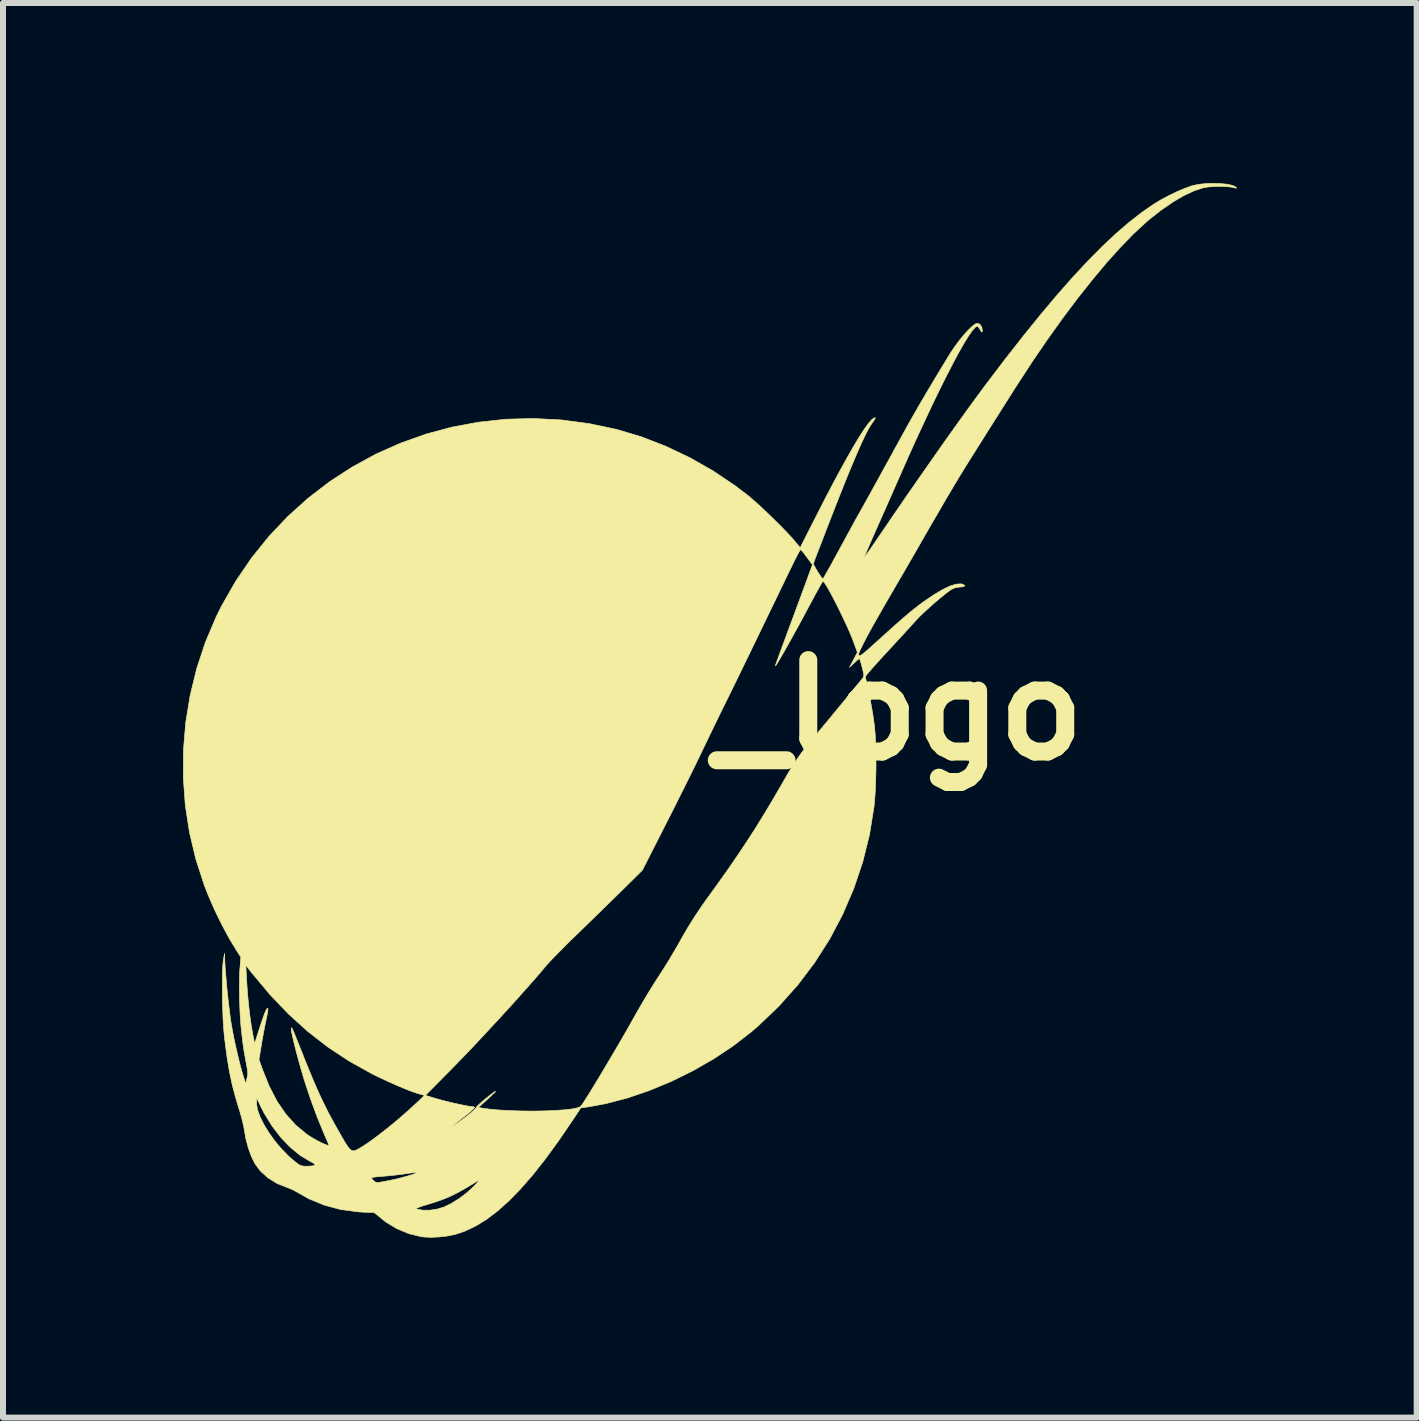
<source format=kicad_pcb>
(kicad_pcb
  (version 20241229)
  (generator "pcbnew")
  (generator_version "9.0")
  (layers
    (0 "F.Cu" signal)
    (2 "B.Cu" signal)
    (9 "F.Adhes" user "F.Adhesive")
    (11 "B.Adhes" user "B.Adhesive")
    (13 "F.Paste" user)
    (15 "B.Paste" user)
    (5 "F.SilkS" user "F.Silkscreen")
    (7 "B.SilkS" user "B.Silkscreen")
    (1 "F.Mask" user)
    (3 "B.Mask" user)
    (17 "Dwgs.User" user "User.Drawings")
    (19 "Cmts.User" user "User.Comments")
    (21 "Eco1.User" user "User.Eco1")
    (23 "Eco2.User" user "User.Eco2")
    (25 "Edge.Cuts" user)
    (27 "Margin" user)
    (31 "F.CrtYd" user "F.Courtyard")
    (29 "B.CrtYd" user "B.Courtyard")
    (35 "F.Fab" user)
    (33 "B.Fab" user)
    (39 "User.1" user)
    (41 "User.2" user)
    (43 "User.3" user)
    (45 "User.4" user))
  (footprint "Rover_logo"
    (layer "F.Cu")
    (at 8.787 8.785)
    (property "Reference" "Rover_logo" (at 0 0 0) (layer "F.SilkS") (effects (font (size 1.524 1.524) (thickness 0.3))))
    (attr through_hole)
    (fp_poly (pts (xy 8.488 -8.777) (xy 8.592 -8.767) (xy 8.678 -8.751) (xy 8.74 -8.73) (xy 8.767 -8.708) (xy 8.764 -8.697) (xy 8.742 -8.703) (xy 8.681 -8.717) (xy 8.594 -8.726) (xy 8.491 -8.729) (xy 8.385 -8.726) (xy 8.288 -8.718) (xy 8.221 -8.707) (xy 8.066 -8.657) (xy 7.894 -8.577) (xy 7.71 -8.469) (xy 7.518 -8.337) (xy 7.322 -8.184) (xy 7.263 -8.133) (xy 7.058 -7.944) (xy 6.84 -7.72) (xy 6.611 -7.466) (xy 6.374 -7.183) (xy 6.129 -6.875) (xy 5.879 -6.543) (xy 5.626 -6.189) (xy 5.372 -5.818) (xy 5.119 -5.43) (xy 5.079 -5.368) (xy 4.92 -5.117) (xy 4.781 -4.897) (xy 4.659 -4.704) (xy 4.553 -4.536) (xy 4.461 -4.39) (xy 4.381 -4.262) (xy 4.311 -4.151) (xy 4.25 -4.054) (xy 4.197 -3.967) (xy 4.148 -3.888) (xy 4.104 -3.814) (xy 4.061 -3.742) (xy 4.018 -3.67) (xy 3.973 -3.594) (xy 3.962 -3.576) (xy 3.882 -3.439) (xy 3.79 -3.28) (xy 3.692 -3.112) (xy 3.597 -2.947) (xy 3.51 -2.797) (xy 3.498 -2.774) (xy 3.417 -2.633) (xy 3.329 -2.481) (xy 3.24 -2.327) (xy 3.156 -2.183) (xy 3.084 -2.06) (xy 3.068 -2.032) (xy 2.923 -1.783) (xy 2.798 -1.564) (xy 2.692 -1.377) (xy 2.607 -1.221) (xy 2.543 -1.096) (xy 2.498 -1.004) (xy 2.475 -0.944) (xy 2.472 -0.918) (xy 2.479 -0.908) (xy 2.494 -0.908) (xy 2.519 -0.922) (xy 2.56 -0.953) (xy 2.619 -1.002) (xy 2.699 -1.074) (xy 2.781 -1.148) (xy 2.942 -1.293) (xy 3.078 -1.415) (xy 3.195 -1.518) (xy 3.295 -1.604) (xy 3.384 -1.677) (xy 3.465 -1.74) (xy 3.542 -1.798) (xy 3.62 -1.852) (xy 3.704 -1.908) (xy 3.707 -1.911) (xy 3.861 -2.004) (xy 3.991 -2.068) (xy 4.099 -2.101) (xy 4.182 -2.105) (xy 4.209 -2.098) (xy 4.238 -2.08) (xy 4.232 -2.064) (xy 4.195 -2.054) (xy 4.155 -2.052) (xy 4.087 -2.043) (xy 4.021 -2.014) (xy 3.981 -1.988) (xy 3.922 -1.942) (xy 3.844 -1.879) (xy 3.756 -1.805) (xy 3.666 -1.726) (xy 3.581 -1.649) (xy 3.51 -1.582) (xy 3.458 -1.531) (xy 3.45 -1.521) (xy 3.417 -1.485) (xy 3.364 -1.427) (xy 3.296 -1.352) (xy 3.219 -1.267) (xy 3.158 -1.202) (xy 3.019 -1.05) (xy 2.903 -0.925) (xy 2.81 -0.823) (xy 2.737 -0.742) (xy 2.681 -0.679) (xy 2.64 -0.632) (xy 2.612 -0.598) (xy 2.595 -0.574) (xy 2.587 -0.557) (xy 2.584 -0.546) (xy 2.586 -0.537) (xy 2.587 -0.535) (xy 2.6 -0.49) (xy 2.618 -0.414) (xy 2.638 -0.316) (xy 2.66 -0.203) (xy 2.682 -0.082) (xy 2.703 0.037) (xy 2.72 0.147) (xy 2.733 0.241) (xy 2.737 0.274) (xy 2.749 0.419) (xy 2.757 0.593) (xy 2.761 0.785) (xy 2.761 0.986) (xy 2.756 1.185) (xy 2.748 1.372) (xy 2.736 1.536) (xy 2.728 1.609) (xy 2.653 2.075) (xy 2.54 2.53) (xy 2.391 2.972) (xy 2.207 3.401) (xy 1.99 3.813) (xy 1.739 4.207) (xy 1.456 4.581) (xy 1.142 4.933) (xy 0.798 5.262) (xy 0.684 5.36) (xy 0.383 5.593) (xy 0.056 5.811) (xy -0.29 6.009) (xy -0.649 6.186) (xy -1.015 6.338) (xy -1.381 6.463) (xy -1.741 6.557) (xy -2.003 6.606) (xy -2.159 6.629) (xy -2.296 6.836) (xy -2.526 7.173) (xy -2.745 7.474) (xy -2.955 7.74) (xy -3.157 7.973) (xy -3.353 8.174) (xy -3.542 8.344) (xy -3.728 8.485) (xy -3.911 8.597) (xy -4.092 8.683) (xy -4.243 8.734) (xy -4.367 8.761) (xy -4.508 8.778) (xy -4.65 8.785) (xy -4.777 8.779) (xy -4.817 8.774) (xy -5.026 8.723) (xy -5.227 8.639) (xy -5.41 8.528) (xy -5.506 8.45) (xy -5.558 8.406) (xy -5.599 8.377) (xy -5.621 8.368) (xy -5.622 8.368) (xy -5.646 8.37) (xy -5.701 8.369) (xy -5.779 8.366) (xy -5.871 8.36) (xy -5.871 8.36) (xy -6.164 8.32) (xy -6.2 8.311) (xy -4.905 8.311) (xy -4.904 8.311) (xy -4.8 8.332) (xy -4.676 8.333) (xy -4.545 8.313) (xy -4.446 8.283) (xy -4.327 8.227) (xy -4.197 8.147) (xy -4.068 8.051) (xy -3.953 7.947) (xy -3.937 7.931) (xy -3.884 7.874) (xy -3.86 7.843) (xy -3.864 7.838) (xy -3.878 7.845) (xy -4.038 7.943) (xy -4.175 8.021) (xy -4.298 8.085) (xy -4.416 8.137) (xy -4.538 8.182) (xy -4.673 8.225) (xy -4.709 8.236) (xy -4.792 8.261) (xy -4.857 8.284) (xy -4.897 8.301) (xy -4.905 8.311) (xy -6.2 8.311) (xy -6.438 8.247) (xy -6.693 8.141) (xy -6.859 8.047) (xy -6.932 8.006) (xy -7.008 7.97) (xy -7.053 7.954) (xy -7.22 7.888) (xy -7.37 7.794) (xy -7.373 7.792) (xy -5.647 7.792) (xy -5.632 7.819) (xy -5.599 7.851) (xy -5.565 7.872) (xy -5.554 7.874) (xy -5.524 7.87) (xy -5.465 7.86) (xy -5.387 7.845) (xy -5.33 7.834) (xy -5.237 7.814) (xy -5.143 7.79) (xy -5.054 7.766) (xy -4.978 7.743) (xy -4.922 7.723) (xy -4.893 7.709) (xy -4.891 7.705) (xy -4.912 7.704) (xy -4.963 7.709) (xy -5.035 7.719) (xy -5.082 7.726) (xy -5.192 7.741) (xy -5.317 7.755) (xy -5.434 7.766) (xy -5.456 7.768) (xy -5.537 7.774) (xy -5.601 7.782) (xy -5.639 7.788) (xy -5.647 7.792) (xy -7.373 7.792) (xy -7.498 7.679) (xy -7.591 7.553) (xy -7.648 7.436) (xy -7.699 7.296) (xy -7.739 7.146) (xy -7.76 7.027) (xy -7.776 6.937) (xy -7.801 6.828) (xy -7.831 6.717) (xy -7.848 6.663) (xy -7.88 6.557) (xy -7.561 6.557) (xy -7.547 6.655) (xy -7.505 6.772) (xy -7.441 6.902) (xy -7.358 7.038) (xy -7.26 7.175) (xy -7.15 7.307) (xy -7.032 7.428) (xy -6.967 7.486) (xy -6.901 7.54) (xy -6.854 7.574) (xy -6.815 7.592) (xy -6.774 7.599) (xy -6.722 7.6) (xy -6.658 7.597) (xy -6.608 7.591) (xy -6.59 7.585) (xy -6.59 7.568) (xy -6.627 7.54) (xy -6.669 7.519) (xy -6.838 7.417) (xy -7.003 7.281) (xy -7.16 7.116) (xy -7.305 6.927) (xy -7.433 6.719) (xy -7.484 6.62) (xy -7.561 6.46) (xy -7.561 6.557) (xy -7.88 6.557) (xy -7.912 6.451) (xy -7.967 6.243) (xy -8.012 6.029) (xy -8.051 5.799) (xy -8.085 5.545) (xy -8.101 5.406) (xy -8.111 5.293) (xy -8.119 5.16) (xy -8.125 5.012) (xy -8.13 4.856) (xy -8.132 4.699) (xy -8.132 4.548) (xy -8.13 4.409) (xy -8.126 4.29) (xy -8.119 4.197) (xy -8.112 4.142) (xy -8.093 4.054) (xy -8.091 4.162) (xy -8.087 4.253) (xy -8.078 4.374) (xy -8.066 4.516) (xy -8.052 4.67) (xy -8.035 4.828) (xy -8.017 4.98) (xy -8 5.117) (xy -7.99 5.187) (xy -7.97 5.303) (xy -7.944 5.441) (xy -7.912 5.589) (xy -7.878 5.74) (xy -7.843 5.883) (xy -7.809 6.01) (xy -7.779 6.112) (xy -7.768 6.145) (xy -7.741 6.223) (xy -7.728 6.164) (xy -7.716 6.109) (xy -7.708 6.07) (xy -7.709 6.035) (xy -7.717 5.973) (xy -7.731 5.896) (xy -7.737 5.864) (xy -7.766 5.708) (xy -7.793 5.522) (xy -7.818 5.302) (xy -7.823 5.246) (xy -7.832 5.13) (xy -7.839 4.991) (xy -7.844 4.84) (xy -7.847 4.687) (xy -7.847 4.542) (xy -7.845 4.416) (xy -7.84 4.32) (xy -7.834 4.25) (xy -7.74 4.25) (xy -7.727 4.494) (xy -7.715 4.684) (xy -7.697 4.882) (xy -7.675 5.076) (xy -7.65 5.253) (xy -7.626 5.391) (xy -7.594 5.556) (xy -7.513 5.304) (xy -7.469 5.17) (xy -7.434 5.072) (xy -7.407 5.007) (xy -7.387 4.973) (xy -7.373 4.969) (xy -7.372 4.97) (xy -7.372 4.992) (xy -7.379 5.043) (xy -7.393 5.115) (xy -7.403 5.162) (xy -7.423 5.259) (xy -7.446 5.377) (xy -7.468 5.5) (xy -7.482 5.584) (xy -7.521 5.823) (xy -7.464 5.984) (xy -7.349 6.269) (xy -7.219 6.52) (xy -7.071 6.735) (xy -6.907 6.917) (xy -6.726 7.066) (xy -6.699 7.085) (xy -6.624 7.132) (xy -6.547 7.175) (xy -6.475 7.212) (xy -6.415 7.238) (xy -6.373 7.252) (xy -6.355 7.249) (xy -6.356 7.245) (xy -6.368 7.216) (xy -6.392 7.162) (xy -6.423 7.09) (xy -6.439 7.053) (xy -6.553 6.775) (xy -6.663 6.476) (xy -6.763 6.175) (xy -6.82 5.982) (xy -6.863 5.829) (xy -6.901 5.687) (xy -6.933 5.56) (xy -6.958 5.453) (xy -6.976 5.371) (xy -6.984 5.317) (xy -6.983 5.297) (xy -6.98 5.293) (xy -6.976 5.294) (xy -6.97 5.301) (xy -6.961 5.32) (xy -6.946 5.354) (xy -6.924 5.407) (xy -6.894 5.482) (xy -6.853 5.583) (xy -6.8 5.715) (xy -6.762 5.813) (xy -6.672 6.034) (xy -6.591 6.227) (xy -6.515 6.398) (xy -6.44 6.557) (xy -6.363 6.71) (xy -6.279 6.865) (xy -6.218 6.975) (xy -6.145 7.103) (xy -6.088 7.201) (xy -6.043 7.271) (xy -6.006 7.316) (xy -5.974 7.339) (xy -5.941 7.345) (xy -5.906 7.334) (xy -5.862 7.311) (xy -5.819 7.286) (xy -5.731 7.229) (xy -5.621 7.152) (xy -5.498 7.059) (xy -5.367 6.956) (xy -5.237 6.849) (xy -5.175 6.797) (xy -5.092 6.724) (xy -5.009 6.65) (xy -4.931 6.579) (xy -4.862 6.515) (xy -4.809 6.464) (xy -4.776 6.431) (xy -4.767 6.419) (xy -4.77 6.418) (xy -4.747 6.418) (xy -4.606 6.462) (xy -4.519 6.487) (xy -4.417 6.514) (xy -4.308 6.541) (xy -4.201 6.565) (xy -4.105 6.585) (xy -4.029 6.599) (xy -3.98 6.604) (xy -3.979 6.604) (xy -3.941 6.61) (xy -3.927 6.621) (xy -3.942 6.639) (xy -3.981 6.676) (xy -4.038 6.724) (xy -4.087 6.763) (xy -4.158 6.818) (xy -4.219 6.866) (xy -4.262 6.9) (xy -4.278 6.913) (xy -4.301 6.934) (xy -4.297 6.935) (xy -4.27 6.919) (xy -4.224 6.888) (xy -4.164 6.845) (xy -4.094 6.793) (xy -4.077 6.78) (xy -4.008 6.726) (xy -3.953 6.679) (xy -3.918 6.645) (xy -3.908 6.631) (xy -3.894 6.61) (xy -3.855 6.571) (xy -3.8 6.521) (xy -3.766 6.493) (xy -3.676 6.42) (xy -3.615 6.373) (xy -3.583 6.351) (xy -3.58 6.355) (xy -3.607 6.384) (xy -3.664 6.438) (xy -3.744 6.512) (xy -3.864 6.62) (xy -3.803 6.631) (xy -3.677 6.649) (xy -3.521 6.663) (xy -3.343 6.673) (xy -3.151 6.679) (xy -2.955 6.681) (xy -2.762 6.678) (xy -2.582 6.671) (xy -2.422 6.659) (xy -2.379 6.655) (xy -2.282 6.642) (xy -2.216 6.628) (xy -2.174 6.611) (xy -2.153 6.594) (xy -2.131 6.565) (xy -2.092 6.505) (xy -2.039 6.421) (xy -1.973 6.315) (xy -1.898 6.192) (xy -1.816 6.056) (xy -1.73 5.911) (xy -1.642 5.762) (xy -1.554 5.613) (xy -1.469 5.467) (xy -1.39 5.33) (xy -1.319 5.205) (xy -1.264 5.106) (xy -1.187 4.971) (xy -1.101 4.824) (xy -1.013 4.678) (xy -0.93 4.544) (xy -0.863 4.441) (xy -0.786 4.322) (xy -0.698 4.181) (xy -0.61 4.033) (xy -0.528 3.892) (xy -0.488 3.82) (xy -0.38 3.632) (xy -0.256 3.434) (xy -0.129 3.245) (xy -0.079 3.175) (xy 0.118 2.902) (xy 0.296 2.652) (xy 0.457 2.417) (xy 0.607 2.192) (xy 0.752 1.968) (xy 0.894 1.738) (xy 1.039 1.496) (xy 1.192 1.234) (xy 1.305 1.036) (xy 1.408 0.868) (xy 1.528 0.699) (xy 1.673 0.518) (xy 1.674 0.516) (xy 1.747 0.429) (xy 1.838 0.319) (xy 1.942 0.195) (xy 2.052 0.061) (xy 2.164 -0.075) (xy 2.273 -0.207) (xy 2.373 -0.329) (xy 2.459 -0.434) (xy 2.526 -0.516) (xy 2.529 -0.52) (xy 2.548 -0.545) (xy 2.557 -0.569) (xy 2.556 -0.603) (xy 2.545 -0.656) (xy 2.531 -0.713) (xy 2.512 -0.782) (xy 2.496 -0.834) (xy 2.485 -0.859) (xy 2.484 -0.86) (xy 2.465 -0.847) (xy 2.428 -0.815) (xy 2.397 -0.786) (xy 2.32 -0.713) (xy 2.385 -0.838) (xy 2.451 -0.963) (xy 2.394 -1.121) (xy 2.361 -1.208) (xy 2.318 -1.311) (xy 2.266 -1.426) (xy 2.209 -1.547) (xy 2.15 -1.67) (xy 2.09 -1.789) (xy 2.033 -1.899) (xy 1.98 -1.996) (xy 1.936 -2.073) (xy 1.901 -2.125) (xy 1.88 -2.148) (xy 1.877 -2.149) (xy 1.865 -2.132) (xy 1.838 -2.086) (xy 1.798 -2.015) (xy 1.747 -1.923) (xy 1.69 -1.817) (xy 1.656 -1.753) (xy 1.575 -1.602) (xy 1.495 -1.453) (xy 1.416 -1.309) (xy 1.341 -1.174) (xy 1.272 -1.05) (xy 1.211 -0.943) (xy 1.159 -0.854) (xy 1.12 -0.788) (xy 1.094 -0.748) (xy 1.084 -0.738) (xy 1.085 -0.742) (xy 1.095 -0.773) (xy 1.117 -0.835) (xy 1.149 -0.924) (xy 1.189 -1.032) (xy 1.235 -1.156) (xy 1.284 -1.29) (xy 1.341 -1.443) (xy 1.401 -1.605) (xy 1.46 -1.765) (xy 1.515 -1.914) (xy 1.562 -2.042) (xy 1.586 -2.106) (xy 1.702 -2.424) (xy 1.609 -2.55) (xy 1.565 -2.609) (xy 1.528 -2.653) (xy 1.506 -2.676) (xy 1.504 -2.677) (xy 1.492 -2.66) (xy 1.466 -2.613) (xy 1.429 -2.543) (xy 1.384 -2.453) (xy 1.334 -2.35) (xy 1.333 -2.349) (xy 1.131 -1.93) (xy 0.944 -1.544) (xy 0.774 -1.192) (xy 0.619 -0.872) (xy 0.479 -0.584) (xy 0.353 -0.326) (xy 0.269 -0.156) (xy 0.191 0.003) (xy 0.11 0.17) (xy 0.028 0.338) (xy -0.049 0.498) (xy -0.118 0.64) (xy -0.173 0.756) (xy -0.176 0.762) (xy -0.223 0.86) (xy -0.285 0.986) (xy -0.359 1.136) (xy -0.441 1.301) (xy -0.53 1.478) (xy -0.62 1.659) (xy -0.711 1.838) (xy -0.74 1.895) (xy -1.132 2.667) (xy -1.469 3) (xy -1.58 3.109) (xy -1.71 3.236) (xy -1.851 3.374) (xy -1.995 3.514) (xy -2.133 3.648) (xy -2.22 3.733) (xy -2.332 3.841) (xy -2.439 3.948) (xy -2.538 4.048) (xy -2.623 4.135) (xy -2.69 4.206) (xy -2.735 4.256) (xy -2.737 4.259) (xy -2.831 4.371) (xy -2.947 4.505) (xy -3.083 4.658) (xy -3.232 4.826) (xy -3.392 5.002) (xy -3.558 5.183) (xy -3.726 5.364) (xy -3.891 5.541) (xy -4.049 5.708) (xy -4.197 5.861) (xy -4.312 5.979) (xy -4.747 6.418) (xy -4.77 6.418) (xy -4.784 6.412) (xy -4.824 6.402) (xy -4.825 6.402) (xy -4.889 6.384) (xy -4.981 6.352) (xy -5.094 6.307) (xy -5.221 6.254) (xy -5.356 6.194) (xy -5.49 6.132) (xy -5.619 6.069) (xy -5.637 6.06) (xy -6.014 5.85) (xy -6.37 5.616) (xy -6.709 5.353) (xy -7.032 5.06) (xy -7.343 4.734) (xy -7.645 4.372) (xy -7.695 4.308) (xy -7.74 4.25) (xy -7.834 4.25) (xy -7.824 4.116) (xy -7.894 4.006) (xy -8.018 3.802) (xy -8.142 3.571) (xy -8.262 3.325) (xy -8.37 3.077) (xy -8.431 2.921) (xy -8.573 2.485) (xy -8.679 2.039) (xy -8.749 1.585) (xy -8.782 1.127) (xy -8.78 0.666) (xy -8.742 0.208) (xy -8.668 -0.246) (xy -8.559 -0.693) (xy -8.415 -1.13) (xy -8.236 -1.552) (xy -8.145 -1.736) (xy -7.909 -2.149) (xy -7.645 -2.536) (xy -7.355 -2.896) (xy -7.04 -3.229) (xy -6.702 -3.533) (xy -6.344 -3.808) (xy -5.966 -4.053) (xy -5.572 -4.268) (xy -5.162 -4.45) (xy -4.738 -4.601) (xy -4.303 -4.718) (xy -3.858 -4.8) (xy -3.405 -4.849) (xy -2.945 -4.861) (xy -2.481 -4.837) (xy -2.015 -4.775) (xy -1.564 -4.68) (xy -1.154 -4.558) (xy -0.745 -4.4) (xy -0.343 -4.209) (xy 0.046 -3.988) (xy 0.415 -3.74) (xy 0.621 -3.583) (xy 0.711 -3.507) (xy 0.818 -3.412) (xy 0.935 -3.302) (xy 1.055 -3.186) (xy 1.172 -3.07) (xy 1.278 -2.961) (xy 1.366 -2.866) (xy 1.41 -2.814) (xy 1.498 -2.708) (xy 1.765 -3.234) (xy 1.909 -3.516) (xy 2.045 -3.776) (xy 2.172 -4.012) (xy 2.288 -4.222) (xy 2.393 -4.405) (xy 2.487 -4.56) (xy 2.567 -4.684) (xy 2.634 -4.777) (xy 2.686 -4.837) (xy 2.708 -4.855) (xy 2.74 -4.874) (xy 2.751 -4.873) (xy 2.741 -4.849) (xy 2.708 -4.8) (xy 2.684 -4.766) (xy 2.64 -4.696) (xy 2.585 -4.589) (xy 2.517 -4.445) (xy 2.438 -4.266) (xy 2.347 -4.051) (xy 2.245 -3.801) (xy 2.132 -3.517) (xy 2.007 -3.198) (xy 1.915 -2.96) (xy 1.873 -2.849) (xy 1.832 -2.743) (xy 1.796 -2.651) (xy 1.769 -2.581) (xy 1.758 -2.552) (xy 1.736 -2.494) (xy 1.722 -2.45) (xy 1.719 -2.436) (xy 1.729 -2.412) (xy 1.754 -2.367) (xy 1.787 -2.312) (xy 1.822 -2.257) (xy 1.853 -2.213) (xy 1.873 -2.19) (xy 1.876 -2.188) (xy 1.888 -2.205) (xy 1.915 -2.251) (xy 1.956 -2.324) (xy 2.009 -2.417) (xy 2.069 -2.528) (xy 2.137 -2.652) (xy 2.148 -2.672) (xy 2.22 -2.805) (xy 2.29 -2.934) (xy 2.355 -3.052) (xy 2.41 -3.154) (xy 2.454 -3.233) (xy 2.482 -3.282) (xy 2.511 -3.334) (xy 2.556 -3.413) (xy 2.612 -3.515) (xy 2.677 -3.633) (xy 2.748 -3.761) (xy 2.818 -3.888) (xy 2.899 -4.036) (xy 2.986 -4.193) (xy 3.072 -4.351) (xy 3.154 -4.499) (xy 3.225 -4.629) (xy 3.263 -4.699) (xy 3.362 -4.875) (xy 3.477 -5.075) (xy 3.604 -5.292) (xy 3.739 -5.518) (xy 3.876 -5.745) (xy 4.006 -5.957) (xy 4.075 -6.06) (xy 4.15 -6.161) (xy 4.226 -6.254) (xy 4.3 -6.335) (xy 4.365 -6.397) (xy 4.418 -6.437) (xy 4.449 -6.448) (xy 4.494 -6.43) (xy 4.524 -6.383) (xy 4.533 -6.327) (xy 4.531 -6.302) (xy 4.521 -6.304) (xy 4.498 -6.338) (xy 4.493 -6.347) (xy 4.466 -6.388) (xy 4.447 -6.4) (xy 4.424 -6.387) (xy 4.412 -6.377) (xy 4.364 -6.323) (xy 4.302 -6.234) (xy 4.228 -6.114) (xy 4.142 -5.963) (xy 4.046 -5.784) (xy 3.94 -5.579) (xy 3.825 -5.349) (xy 3.703 -5.097) (xy 3.575 -4.824) (xy 3.44 -4.534) (xy 3.301 -4.226) (xy 3.159 -3.904) (xy 3.156 -3.898) (xy 3.11 -3.793) (xy 3.064 -3.688) (xy 3.023 -3.594) (xy 2.992 -3.524) (xy 2.989 -3.517) (xy 2.889 -3.292) (xy 2.804 -3.101) (xy 2.734 -2.942) (xy 2.677 -2.813) (xy 2.633 -2.711) (xy 2.601 -2.636) (xy 2.579 -2.585) (xy 2.568 -2.556) (xy 2.566 -2.547) (xy 2.578 -2.561) (xy 2.608 -2.603) (xy 2.655 -2.669) (xy 2.714 -2.754) (xy 2.782 -2.853) (xy 2.832 -2.927) (xy 3.049 -3.245) (xy 3.265 -3.56) (xy 3.479 -3.868) (xy 3.687 -4.166) (xy 3.887 -4.451) (xy 4.077 -4.718) (xy 4.253 -4.964) (xy 4.414 -5.185) (xy 4.557 -5.379) (xy 4.589 -5.422) (xy 4.912 -5.847) (xy 5.219 -6.239) (xy 5.51 -6.598) (xy 5.786 -6.926) (xy 6.048 -7.223) (xy 6.298 -7.491) (xy 6.537 -7.732) (xy 6.765 -7.946) (xy 6.984 -8.134) (xy 7.194 -8.297) (xy 7.387 -8.431) (xy 7.504 -8.502) (xy 7.637 -8.573) (xy 7.773 -8.639) (xy 7.903 -8.694) (xy 8.015 -8.735) (xy 8.05 -8.745) (xy 8.147 -8.764) (xy 8.258 -8.776) (xy 8.374 -8.78) (xy 8.488 -8.777)) (stroke (width 0.01) (type solid)) (fill yes) (layer "F.SilkS")))
  (gr_rect
    (start -3 -3)
    (end 20.559 20.574)
    (stroke (width 0.1) (type default))
    (fill no)
    (layer "Edge.Cuts")))
</source>
